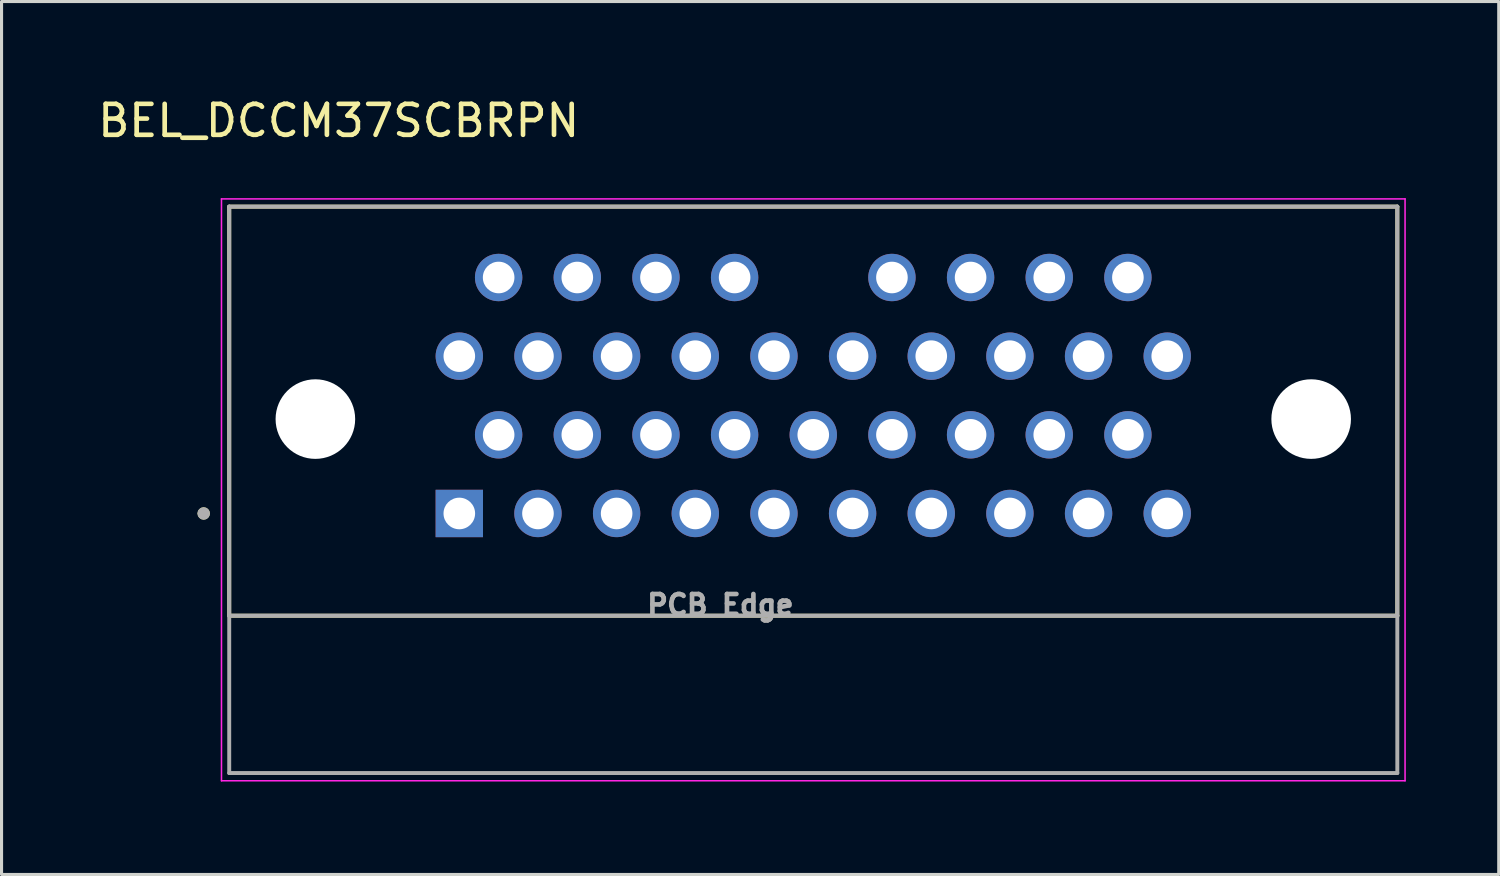
<source format=kicad_pcb>
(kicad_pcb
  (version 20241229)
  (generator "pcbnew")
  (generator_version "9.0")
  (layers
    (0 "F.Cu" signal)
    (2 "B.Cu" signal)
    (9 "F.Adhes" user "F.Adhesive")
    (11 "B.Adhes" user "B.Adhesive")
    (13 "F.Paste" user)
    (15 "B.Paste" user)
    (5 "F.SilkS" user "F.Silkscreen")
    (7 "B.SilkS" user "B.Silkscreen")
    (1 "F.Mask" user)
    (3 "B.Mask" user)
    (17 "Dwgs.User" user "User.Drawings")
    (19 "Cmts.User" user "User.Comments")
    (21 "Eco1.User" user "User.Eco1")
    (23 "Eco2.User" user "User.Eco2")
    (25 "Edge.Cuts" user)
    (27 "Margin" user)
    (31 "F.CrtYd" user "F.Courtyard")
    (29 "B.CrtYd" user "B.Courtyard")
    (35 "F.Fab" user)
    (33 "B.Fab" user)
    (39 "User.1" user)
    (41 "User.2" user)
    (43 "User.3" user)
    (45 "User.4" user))
  (footprint "BEL_DCCM37SCBRPN"
    (layer "F.Cu")
    (at 23.212 10.483)
    (property "Reference" "BEL_DCCM37SCBRPN" (at -15.325 -9.635 0) (layer "F.SilkS") (effects (font (size 1 1) (thickness 0.15))))
    (attr through_hole)
    (fp_line (start -18.86 -6.86) (end 18.86 -6.86) (stroke (width 0.127) (type solid)) (layer "F.SilkS"))
    (fp_line (start -18.86 6.35) (end -18.86 -6.86) (stroke (width 0.127) (type solid)) (layer "F.SilkS"))
    (fp_line (start -18.86 6.35) (end 18.86 6.35) (stroke (width 0.127) (type solid)) (layer "F.SilkS"))
    (fp_line (start 18.86 -6.86) (end 18.86 6.35) (stroke (width 0.127) (type solid)) (layer "F.SilkS"))
    (fp_circle (center -19.685 3.048) (end -19.585 3.048) (stroke (width 0.2) (type solid)) (fill no) (layer "F.SilkS"))
    (fp_line (start -19.11 -7.11) (end -19.11 11.68) (stroke (width 0.05) (type solid)) (layer "F.CrtYd"))
    (fp_line (start -19.11 11.68) (end 19.11 11.68) (stroke (width 0.05) (type solid)) (layer "F.CrtYd"))
    (fp_line (start 19.11 -7.11) (end -19.11 -7.11) (stroke (width 0.05) (type solid)) (layer "F.CrtYd"))
    (fp_line (start 19.11 11.68) (end 19.11 -7.11) (stroke (width 0.05) (type solid)) (layer "F.CrtYd"))
    (fp_line (start -18.86 -6.86) (end 18.86 -6.86) (stroke (width 0.127) (type solid)) (layer "F.Fab"))
    (fp_line (start -18.86 6.35) (end -18.86 -6.86) (stroke (width 0.127) (type solid)) (layer "F.Fab"))
    (fp_line (start -18.86 6.35) (end 18.86 6.35) (stroke (width 0.127) (type solid)) (layer "F.Fab"))
    (fp_line (start -18.86 11.43) (end -18.86 6.35) (stroke (width 0.127) (type solid)) (layer "F.Fab"))
    (fp_line (start 18.86 -6.86) (end 18.86 6.35) (stroke (width 0.127) (type solid)) (layer "F.Fab"))
    (fp_line (start 18.86 6.35) (end 18.86 11.43) (stroke (width 0.127) (type solid)) (layer "F.Fab"))
    (fp_line (start 18.86 11.43) (end -18.86 11.43) (stroke (width 0.127) (type solid)) (layer "F.Fab"))
    (fp_circle (center -19.685 3.048) (end -19.585 3.048) (stroke (width 0.2) (type solid)) (fill no) (layer "F.Fab"))
    (fp_text user "PCB Edge" (at -3 6 0) (layer "F.Fab") (effects (font (size 0.64 0.64) (thickness 0.15))))
    (pad "" np_thru_hole circle (at -16.078 0) (size 2.57 2.57) (drill 2.57) (layers "*.Cu" "*.Mask"))
    (pad "" np_thru_hole circle (at 16.078 0) (size 2.57 2.57) (drill 2.57) (layers "*.Cu" "*.Mask"))
    (pad "1" thru_hole rect (at -11.43 3.048) (size 1.53 1.53) (drill 1.02) (layers "*.Cu" "*.Mask"))
    (pad "2" thru_hole circle (at -10.16 0.508) (size 1.53 1.53) (drill 1.02) (layers "*.Cu" "*.Mask"))
    (pad "3" thru_hole circle (at -8.89 3.048) (size 1.53 1.53) (drill 1.02) (layers "*.Cu" "*.Mask"))
    (pad "4" thru_hole circle (at -7.62 0.508) (size 1.53 1.53) (drill 1.02) (layers "*.Cu" "*.Mask"))
    (pad "5" thru_hole circle (at -6.35 3.048) (size 1.53 1.53) (drill 1.02) (layers "*.Cu" "*.Mask"))
    (pad "6" thru_hole circle (at -5.08 0.508) (size 1.53 1.53) (drill 1.02) (layers "*.Cu" "*.Mask"))
    (pad "7" thru_hole circle (at -3.81 3.048) (size 1.53 1.53) (drill 1.02) (layers "*.Cu" "*.Mask"))
    (pad "8" thru_hole circle (at -2.54 0.508) (size 1.53 1.53) (drill 1.02) (layers "*.Cu" "*.Mask"))
    (pad "9" thru_hole circle (at -1.27 3.048) (size 1.53 1.53) (drill 1.02) (layers "*.Cu" "*.Mask"))
    (pad "10" thru_hole circle (at 0 0.508) (size 1.53 1.53) (drill 1.02) (layers "*.Cu" "*.Mask"))
    (pad "11" thru_hole circle (at 1.27 3.048) (size 1.53 1.53) (drill 1.02) (layers "*.Cu" "*.Mask"))
    (pad "12" thru_hole circle (at 2.54 0.508) (size 1.53 1.53) (drill 1.02) (layers "*.Cu" "*.Mask"))
    (pad "13" thru_hole circle (at 3.81 3.048) (size 1.53 1.53) (drill 1.02) (layers "*.Cu" "*.Mask"))
    (pad "14" thru_hole circle (at 5.08 0.508) (size 1.53 1.53) (drill 1.02) (layers "*.Cu" "*.Mask"))
    (pad "15" thru_hole circle (at 6.35 3.048) (size 1.53 1.53) (drill 1.02) (layers "*.Cu" "*.Mask"))
    (pad "16" thru_hole circle (at 7.62 0.508) (size 1.53 1.53) (drill 1.02) (layers "*.Cu" "*.Mask"))
    (pad "17" thru_hole circle (at 8.89 3.048) (size 1.53 1.53) (drill 1.02) (layers "*.Cu" "*.Mask"))
    (pad "18" thru_hole circle (at 10.16 0.508) (size 1.53 1.53) (drill 1.02) (layers "*.Cu" "*.Mask"))
    (pad "19" thru_hole circle (at 11.43 3.048) (size 1.53 1.53) (drill 1.02) (layers "*.Cu" "*.Mask"))
    (pad "20" thru_hole circle (at -11.43 -2.032) (size 1.53 1.53) (drill 1.02) (layers "*.Cu" "*.Mask"))
    (pad "21" thru_hole circle (at -10.16 -4.572) (size 1.53 1.53) (drill 1.02) (layers "*.Cu" "*.Mask"))
    (pad "22" thru_hole circle (at -8.89 -2.032) (size 1.53 1.53) (drill 1.02) (layers "*.Cu" "*.Mask"))
    (pad "23" thru_hole circle (at -7.62 -4.572) (size 1.53 1.53) (drill 1.02) (layers "*.Cu" "*.Mask"))
    (pad "24" thru_hole circle (at -6.35 -2.032) (size 1.53 1.53) (drill 1.02) (layers "*.Cu" "*.Mask"))
    (pad "25" thru_hole circle (at -5.08 -4.572) (size 1.53 1.53) (drill 1.02) (layers "*.Cu" "*.Mask"))
    (pad "26" thru_hole circle (at -3.81 -2.032) (size 1.53 1.53) (drill 1.02) (layers "*.Cu" "*.Mask"))
    (pad "27" thru_hole circle (at -2.54 -4.572) (size 1.53 1.53) (drill 1.02) (layers "*.Cu" "*.Mask"))
    (pad "28" thru_hole circle (at -1.27 -2.032) (size 1.53 1.53) (drill 1.02) (layers "*.Cu" "*.Mask"))
    (pad "29" thru_hole circle (at 1.27 -2.032) (size 1.53 1.53) (drill 1.02) (layers "*.Cu" "*.Mask"))
    (pad "30" thru_hole circle (at 2.54 -4.572) (size 1.53 1.53) (drill 1.02) (layers "*.Cu" "*.Mask"))
    (pad "31" thru_hole circle (at 3.81 -2.032) (size 1.53 1.53) (drill 1.02) (layers "*.Cu" "*.Mask"))
    (pad "32" thru_hole circle (at 5.08 -4.572) (size 1.53 1.53) (drill 1.02) (layers "*.Cu" "*.Mask"))
    (pad "33" thru_hole circle (at 6.35 -2.032) (size 1.53 1.53) (drill 1.02) (layers "*.Cu" "*.Mask"))
    (pad "34" thru_hole circle (at 7.62 -4.572) (size 1.53 1.53) (drill 1.02) (layers "*.Cu" "*.Mask"))
    (pad "35" thru_hole circle (at 8.89 -2.032) (size 1.53 1.53) (drill 1.02) (layers "*.Cu" "*.Mask"))
    (pad "36" thru_hole circle (at 10.16 -4.572) (size 1.53 1.53) (drill 1.02) (layers "*.Cu" "*.Mask"))
    (pad "37" thru_hole circle (at 11.43 -2.032) (size 1.53 1.53) (drill 1.02) (layers "*.Cu" "*.Mask")))
  (gr_rect
    (start -3 -3)
    (end 45.347 25.188)
    (stroke (width 0.1) (type default))
    (fill no)
    (layer "Edge.Cuts")))
</source>
